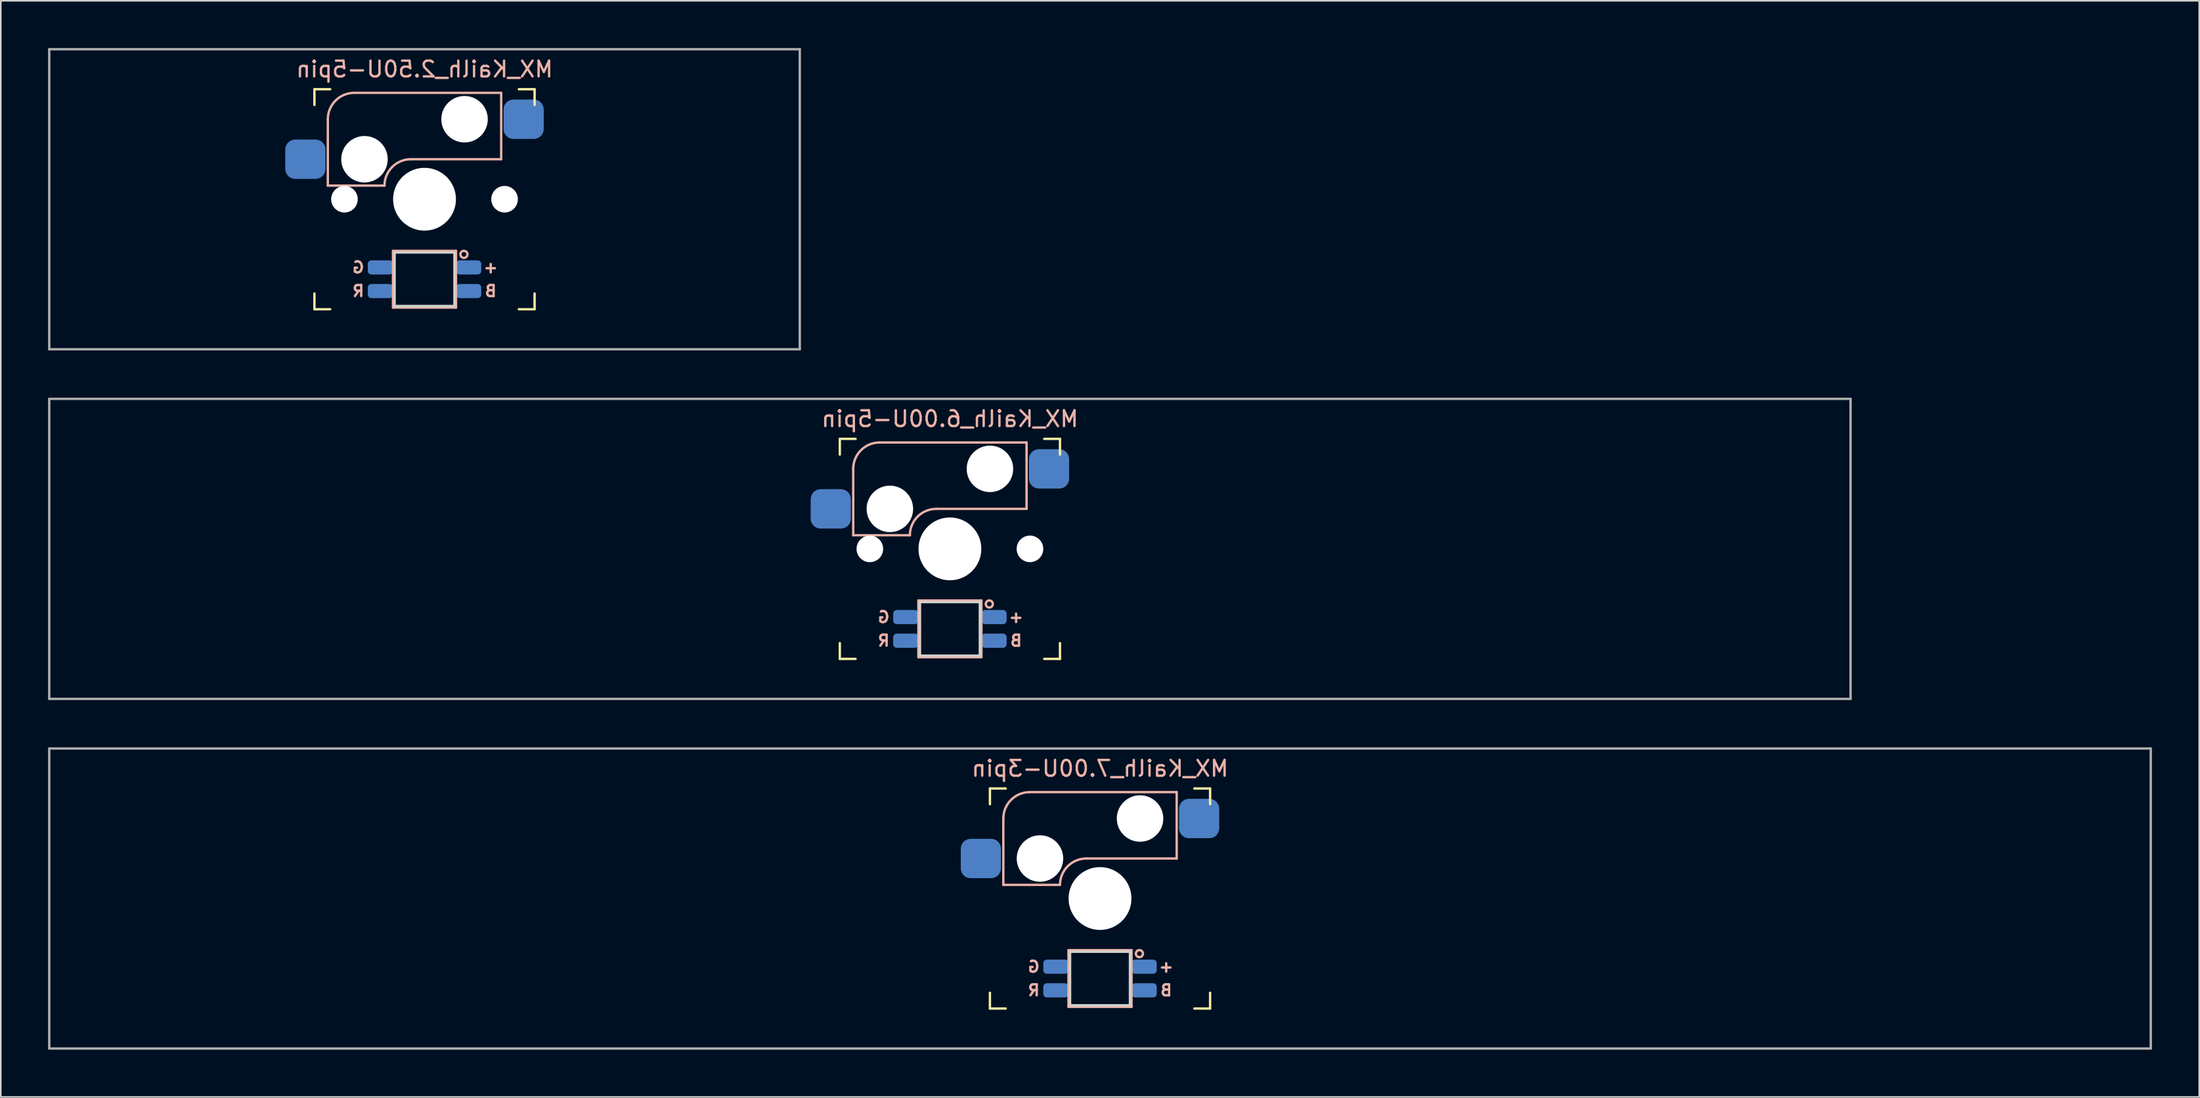
<source format=kicad_pcb>
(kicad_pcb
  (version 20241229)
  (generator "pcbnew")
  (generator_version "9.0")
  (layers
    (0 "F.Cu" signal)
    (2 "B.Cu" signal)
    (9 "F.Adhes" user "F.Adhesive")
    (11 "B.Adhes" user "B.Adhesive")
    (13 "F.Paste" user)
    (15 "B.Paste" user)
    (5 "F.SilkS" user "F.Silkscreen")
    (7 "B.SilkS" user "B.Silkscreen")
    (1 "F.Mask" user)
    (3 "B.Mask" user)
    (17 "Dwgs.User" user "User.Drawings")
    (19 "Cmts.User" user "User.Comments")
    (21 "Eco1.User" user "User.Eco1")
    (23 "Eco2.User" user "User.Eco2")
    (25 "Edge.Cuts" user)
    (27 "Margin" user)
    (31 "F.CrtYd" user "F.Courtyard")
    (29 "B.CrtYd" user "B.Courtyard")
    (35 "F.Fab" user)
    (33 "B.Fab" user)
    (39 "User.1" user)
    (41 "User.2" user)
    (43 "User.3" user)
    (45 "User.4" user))
  (footprint "MX_Kailh_7.00U-3pin"
    (layer "F.Cu")
    (at 66.75 54)
    (property "Reference" "MX_Kailh_7.00U-3pin" (at 0 -8.255 0) (layer "B.SilkS") (effects (font (size 1 1) (thickness 0.15)) (justify mirror)))
    (attr smd)
    (fp_line (start -6.985 -5.985) (end -6.985 -6.985) (stroke (width 0.15) (type solid)) (layer "F.SilkS"))
    (fp_line (start -6.985 6.985) (end -6.985 5.985) (stroke (width 0.15) (type solid)) (layer "F.SilkS"))
    (fp_line (start -6.985 6.985) (end -5.985 6.985) (stroke (width 0.15) (type solid)) (layer "F.SilkS"))
    (fp_line (start -5.985 -6.985) (end -6.985 -6.985) (stroke (width 0.15) (type solid)) (layer "F.SilkS"))
    (fp_line (start 5.985 6.985) (end 6.985 6.985) (stroke (width 0.15) (type solid)) (layer "F.SilkS"))
    (fp_line (start 6.985 -6.985) (end 5.985 -6.985) (stroke (width 0.15) (type solid)) (layer "F.SilkS"))
    (fp_line (start 6.985 -6.985) (end 6.985 -5.985) (stroke (width 0.15) (type solid)) (layer "F.SilkS"))
    (fp_line (start 6.985 5.985) (end 6.985 6.985) (stroke (width 0.15) (type solid)) (layer "F.SilkS"))
    (fp_line (start -6.135 -5.08) (end -6.135 -0.865) (stroke (width 0.15) (type solid)) (layer "B.SilkS"))
    (fp_line (start -6.135 -0.865) (end -2.54 -0.865) (stroke (width 0.15) (type solid)) (layer "B.SilkS"))
    (fp_line (start -4.46 -6.755) (end 4.865 -6.755) (stroke (width 0.15) (type solid)) (layer "B.SilkS"))
    (fp_line (start -2 3.28) (end -2 6.88) (stroke (width 0.15) (type solid)) (layer "B.SilkS"))
    (fp_line (start -2 6.88) (end 2 6.88) (stroke (width 0.15) (type solid)) (layer "B.SilkS"))
    (fp_line (start -0.865 -2.54) (end 4.865 -2.54) (stroke (width 0.15) (type solid)) (layer "B.SilkS"))
    (fp_line (start 2 3.28) (end -2 3.28) (stroke (width 0.15) (type solid)) (layer "B.SilkS"))
    (fp_line (start 2 6.88) (end 2 3.28) (stroke (width 0.15) (type solid)) (layer "B.SilkS"))
    (fp_line (start 4.865 -6.755) (end 4.865 -2.54) (stroke (width 0.15) (type solid)) (layer "B.SilkS"))
    (fp_arc (start -6.135 -5.08) (mid -5.644404 -6.264404) (end -4.46 -6.755) (stroke (width 0.15) (type solid)) (layer "B.SilkS"))
    (fp_arc (start -2.54 -0.865) (mid -2.049404 -2.049404) (end -0.865 -2.54) (stroke (width 0.15) (type solid)) (layer "B.SilkS"))
    (fp_circle (center 2.5 3.5) (end 2.724 3.5) (stroke (width 0.15) (type solid)) (fill no) (layer "B.SilkS"))
    (fp_line (start -6.985 6.985) (end -6.985 -6.985) (stroke (width 0.15) (type solid)) (layer "Eco2.User"))
    (fp_line (start -6.985 6.985) (end 6.985 6.985) (stroke (width 0.15) (type solid)) (layer "Eco2.User"))
    (fp_line (start 6.985 -6.985) (end -6.985 -6.985) (stroke (width 0.15) (type solid)) (layer "Eco2.User"))
    (fp_line (start 6.985 -6.985) (end 6.985 6.985) (stroke (width 0.15) (type solid)) (layer "Eco2.User"))
    (fp_line (start -1.9 3.38) (end -1.9 6.78) (stroke (width 0.15) (type solid)) (layer "Edge.Cuts"))
    (fp_line (start -1.9 3.38) (end 1.9 3.38) (stroke (width 0.15) (type solid)) (layer "Edge.Cuts"))
    (fp_line (start -1.9 6.78) (end 1.9 6.78) (stroke (width 0.15) (type solid)) (layer "Edge.Cuts"))
    (fp_line (start 1.9 3.38) (end 1.9 6.78) (stroke (width 0.15) (type solid)) (layer "Edge.Cuts"))
    (fp_line (start -66.675 -9.525) (end 66.675 -9.525) (stroke (width 0.15) (type solid)) (layer "F.Fab"))
    (fp_line (start -66.675 9.525) (end -66.675 -9.525) (stroke (width 0.15) (type solid)) (layer "F.Fab"))
    (fp_line (start 66.675 -9.525) (end 66.675 9.525) (stroke (width 0.15) (type solid)) (layer "F.Fab"))
    (fp_line (start 66.675 9.525) (end -66.675 9.525) (stroke (width 0.15) (type solid)) (layer "F.Fab"))
    (fp_text user "R" (at -4.2 5.83 0) (layer "B.SilkS") (effects (font (size 0.7 0.7) (thickness 0.15)) (justify mirror)))
    (fp_text user "G" (at -4.2 4.33 0) (layer "B.SilkS") (effects (font (size 0.7 0.7) (thickness 0.15)) (justify mirror)))
    (fp_text user "+" (at 4.2 4.33 0) (layer "B.SilkS") (effects (font (size 0.7 0.7) (thickness 0.15)) (justify mirror)))
    (fp_text user "B" (at 4.2 5.83 0) (layer "B.SilkS") (effects (font (size 0.7 0.7) (thickness 0.15)) (justify mirror)))
    (pad "" np_thru_hole circle (at -3.81 -2.54) (size 2.95 2.95) (drill 2.95) (layers "*.Cu" "*.Mask"))
    (pad "" np_thru_hole circle (at 0 0) (size 3.988 3.988) (drill 3.988) (layers "*.Cu" "*.Mask"))
    (pad "" np_thru_hole circle (at 2.54 -5.08) (size 2.95 2.95) (drill 2.95) (layers "*.Cu" "*.Mask"))
    (pad "1" smd roundrect (at 6.29 -5.08) (size 2.55 2.5) (layers "B.Cu" "B.Mask" "B.Paste") (roundrect_rratio 0.25))
    (pad "2" smd roundrect (at -7.56 -2.54) (size 2.55 2.5) (layers "B.Cu" "B.Mask" "B.Paste") (roundrect_rratio 0.25))
    (pad "3" smd roundrect (at 2.8 4.33) (size 1.6 0.9) (layers "B.Cu" "B.Mask" "B.Paste") (roundrect_rratio 0.25))
    (pad "4" smd roundrect (at -2.8 5.83) (size 1.6 0.9) (layers "B.Cu" "B.Mask" "B.Paste") (roundrect_rratio 0.25))
    (pad "5" smd roundrect (at -2.8 4.33) (size 1.6 0.9) (layers "B.Cu" "B.Mask" "B.Paste") (roundrect_rratio 0.25))
    (pad "6" smd roundrect (at 2.8 5.83) (size 1.6 0.9) (layers "B.Cu" "B.Mask" "B.Paste") (roundrect_rratio 0.25)))
  (footprint "MX_Kailh_6.00U-5pin"
    (layer "F.Cu")
    (at 57.225 31.8)
    (property "Reference" "MX_Kailh_6.00U-5pin" (at 0 -8.255 0) (layer "B.SilkS") (effects (font (size 1 1) (thickness 0.15)) (justify mirror)))
    (attr smd)
    (fp_line (start -6.985 -5.985) (end -6.985 -6.985) (stroke (width 0.15) (type solid)) (layer "F.SilkS"))
    (fp_line (start -6.985 6.985) (end -6.985 5.985) (stroke (width 0.15) (type solid)) (layer "F.SilkS"))
    (fp_line (start -6.985 6.985) (end -5.985 6.985) (stroke (width 0.15) (type solid)) (layer "F.SilkS"))
    (fp_line (start -5.985 -6.985) (end -6.985 -6.985) (stroke (width 0.15) (type solid)) (layer "F.SilkS"))
    (fp_line (start 5.985 6.985) (end 6.985 6.985) (stroke (width 0.15) (type solid)) (layer "F.SilkS"))
    (fp_line (start 6.985 -6.985) (end 5.985 -6.985) (stroke (width 0.15) (type solid)) (layer "F.SilkS"))
    (fp_line (start 6.985 -6.985) (end 6.985 -5.985) (stroke (width 0.15) (type solid)) (layer "F.SilkS"))
    (fp_line (start 6.985 5.985) (end 6.985 6.985) (stroke (width 0.15) (type solid)) (layer "F.SilkS"))
    (fp_line (start -6.135 -5.08) (end -6.135 -0.865) (stroke (width 0.15) (type solid)) (layer "B.SilkS"))
    (fp_line (start -6.135 -0.865) (end -2.54 -0.865) (stroke (width 0.15) (type solid)) (layer "B.SilkS"))
    (fp_line (start -4.46 -6.755) (end 4.865 -6.755) (stroke (width 0.15) (type solid)) (layer "B.SilkS"))
    (fp_line (start -2 3.28) (end -2 6.88) (stroke (width 0.15) (type solid)) (layer "B.SilkS"))
    (fp_line (start -2 6.88) (end 2 6.88) (stroke (width 0.15) (type solid)) (layer "B.SilkS"))
    (fp_line (start -0.865 -2.54) (end 4.865 -2.54) (stroke (width 0.15) (type solid)) (layer "B.SilkS"))
    (fp_line (start 2 3.28) (end -2 3.28) (stroke (width 0.15) (type solid)) (layer "B.SilkS"))
    (fp_line (start 2 6.88) (end 2 3.28) (stroke (width 0.15) (type solid)) (layer "B.SilkS"))
    (fp_line (start 4.865 -6.755) (end 4.865 -2.54) (stroke (width 0.15) (type solid)) (layer "B.SilkS"))
    (fp_arc (start -6.135 -5.08) (mid -5.644404 -6.264404) (end -4.46 -6.755) (stroke (width 0.15) (type solid)) (layer "B.SilkS"))
    (fp_arc (start -2.54 -0.865) (mid -2.049404 -2.049404) (end -0.865 -2.54) (stroke (width 0.15) (type solid)) (layer "B.SilkS"))
    (fp_circle (center 2.5 3.5) (end 2.724 3.5) (stroke (width 0.15) (type solid)) (fill no) (layer "B.SilkS"))
    (fp_line (start -6.985 6.985) (end -6.985 -6.985) (stroke (width 0.15) (type solid)) (layer "Eco2.User"))
    (fp_line (start -6.985 6.985) (end 6.985 6.985) (stroke (width 0.15) (type solid)) (layer "Eco2.User"))
    (fp_line (start 6.985 -6.985) (end -6.985 -6.985) (stroke (width 0.15) (type solid)) (layer "Eco2.User"))
    (fp_line (start 6.985 -6.985) (end 6.985 6.985) (stroke (width 0.15) (type solid)) (layer "Eco2.User"))
    (fp_line (start -1.9 3.38) (end -1.9 6.78) (stroke (width 0.15) (type solid)) (layer "Edge.Cuts"))
    (fp_line (start -1.9 3.38) (end 1.9 3.38) (stroke (width 0.15) (type solid)) (layer "Edge.Cuts"))
    (fp_line (start -1.9 6.78) (end 1.9 6.78) (stroke (width 0.15) (type solid)) (layer "Edge.Cuts"))
    (fp_line (start 1.9 3.38) (end 1.9 6.78) (stroke (width 0.15) (type solid)) (layer "Edge.Cuts"))
    (fp_line (start -57.15 -9.525) (end 57.15 -9.525) (stroke (width 0.15) (type solid)) (layer "F.Fab"))
    (fp_line (start -57.15 9.525) (end -57.15 -9.525) (stroke (width 0.15) (type solid)) (layer "F.Fab"))
    (fp_line (start 57.15 -9.525) (end 57.15 9.525) (stroke (width 0.15) (type solid)) (layer "F.Fab"))
    (fp_line (start 57.15 9.525) (end -57.15 9.525) (stroke (width 0.15) (type solid)) (layer "F.Fab"))
    (fp_text user "+" (at 4.2 4.33 0) (layer "B.SilkS") (effects (font (size 0.7 0.7) (thickness 0.15)) (justify mirror)))
    (fp_text user "B" (at 4.2 5.83 0) (layer "B.SilkS") (effects (font (size 0.7 0.7) (thickness 0.15)) (justify mirror)))
    (fp_text user "R" (at -4.2 5.83 0) (layer "B.SilkS") (effects (font (size 0.7 0.7) (thickness 0.15)) (justify mirror)))
    (fp_text user "G" (at -4.2 4.33 0) (layer "B.SilkS") (effects (font (size 0.7 0.7) (thickness 0.15)) (justify mirror)))
    (pad "" np_thru_hole circle (at -5.08 0) (size 1.688 1.688) (drill 1.688) (layers "*.Cu" "*.Mask"))
    (pad "" np_thru_hole circle (at -3.81 -2.54) (size 2.95 2.95) (drill 2.95) (layers "*.Cu" "*.Mask"))
    (pad "" np_thru_hole circle (at 0 0) (size 3.988 3.988) (drill 3.988) (layers "*.Cu" "*.Mask"))
    (pad "" np_thru_hole circle (at 2.54 -5.08) (size 2.95 2.95) (drill 2.95) (layers "*.Cu" "*.Mask"))
    (pad "" np_thru_hole circle (at 5.08 0) (size 1.688 1.688) (drill 1.688) (layers "*.Cu" "*.Mask"))
    (pad "1" smd roundrect (at 6.29 -5.08) (size 2.55 2.5) (layers "B.Cu" "B.Mask" "B.Paste") (roundrect_rratio 0.25))
    (pad "2" smd roundrect (at -7.56 -2.54) (size 2.55 2.5) (layers "B.Cu" "B.Mask" "B.Paste") (roundrect_rratio 0.25))
    (pad "3" smd roundrect (at 2.8 4.33) (size 1.6 0.9) (layers "B.Cu" "B.Mask" "B.Paste") (roundrect_rratio 0.25))
    (pad "4" smd roundrect (at -2.8 5.83) (size 1.6 0.9) (layers "B.Cu" "B.Mask" "B.Paste") (roundrect_rratio 0.25))
    (pad "5" smd roundrect (at -2.8 4.33) (size 1.6 0.9) (layers "B.Cu" "B.Mask" "B.Paste") (roundrect_rratio 0.25))
    (pad "6" smd roundrect (at 2.8 5.83) (size 1.6 0.9) (layers "B.Cu" "B.Mask" "B.Paste") (roundrect_rratio 0.25)))
  (footprint "MX_Kailh_2.50U-5pin"
    (layer "F.Cu")
    (at 23.887 9.6)
    (property "Reference" "MX_Kailh_2.50U-5pin" (at 0 -8.255 0) (layer "B.SilkS") (effects (font (size 1 1) (thickness 0.15)) (justify mirror)))
    (attr smd)
    (fp_line (start -6.985 -5.985) (end -6.985 -6.985) (stroke (width 0.15) (type solid)) (layer "F.SilkS"))
    (fp_line (start -6.985 6.985) (end -6.985 5.985) (stroke (width 0.15) (type solid)) (layer "F.SilkS"))
    (fp_line (start -6.985 6.985) (end -5.985 6.985) (stroke (width 0.15) (type solid)) (layer "F.SilkS"))
    (fp_line (start -5.985 -6.985) (end -6.985 -6.985) (stroke (width 0.15) (type solid)) (layer "F.SilkS"))
    (fp_line (start 5.985 6.985) (end 6.985 6.985) (stroke (width 0.15) (type solid)) (layer "F.SilkS"))
    (fp_line (start 6.985 -6.985) (end 5.985 -6.985) (stroke (width 0.15) (type solid)) (layer "F.SilkS"))
    (fp_line (start 6.985 -6.985) (end 6.985 -5.985) (stroke (width 0.15) (type solid)) (layer "F.SilkS"))
    (fp_line (start 6.985 5.985) (end 6.985 6.985) (stroke (width 0.15) (type solid)) (layer "F.SilkS"))
    (fp_line (start -6.135 -5.08) (end -6.135 -0.865) (stroke (width 0.15) (type solid)) (layer "B.SilkS"))
    (fp_line (start -6.135 -0.865) (end -2.54 -0.865) (stroke (width 0.15) (type solid)) (layer "B.SilkS"))
    (fp_line (start -4.46 -6.755) (end 4.865 -6.755) (stroke (width 0.15) (type solid)) (layer "B.SilkS"))
    (fp_line (start -2 3.28) (end -2 6.88) (stroke (width 0.15) (type solid)) (layer "B.SilkS"))
    (fp_line (start -2 6.88) (end 2 6.88) (stroke (width 0.15) (type solid)) (layer "B.SilkS"))
    (fp_line (start -0.865 -2.54) (end 4.865 -2.54) (stroke (width 0.15) (type solid)) (layer "B.SilkS"))
    (fp_line (start 2 3.28) (end -2 3.28) (stroke (width 0.15) (type solid)) (layer "B.SilkS"))
    (fp_line (start 2 6.88) (end 2 3.28) (stroke (width 0.15) (type solid)) (layer "B.SilkS"))
    (fp_line (start 4.865 -6.755) (end 4.865 -2.54) (stroke (width 0.15) (type solid)) (layer "B.SilkS"))
    (fp_arc (start -6.135 -5.08) (mid -5.644404 -6.264404) (end -4.46 -6.755) (stroke (width 0.15) (type solid)) (layer "B.SilkS"))
    (fp_arc (start -2.54 -0.865) (mid -2.049404 -2.049404) (end -0.865 -2.54) (stroke (width 0.15) (type solid)) (layer "B.SilkS"))
    (fp_circle (center 2.5 3.5) (end 2.724 3.5) (stroke (width 0.15) (type solid)) (fill no) (layer "B.SilkS"))
    (fp_line (start -6.985 6.985) (end -6.985 -6.985) (stroke (width 0.15) (type solid)) (layer "Eco2.User"))
    (fp_line (start -6.985 6.985) (end 6.985 6.985) (stroke (width 0.15) (type solid)) (layer "Eco2.User"))
    (fp_line (start 6.985 -6.985) (end -6.985 -6.985) (stroke (width 0.15) (type solid)) (layer "Eco2.User"))
    (fp_line (start 6.985 -6.985) (end 6.985 6.985) (stroke (width 0.15) (type solid)) (layer "Eco2.User"))
    (fp_line (start -1.9 3.38) (end -1.9 6.78) (stroke (width 0.15) (type solid)) (layer "Edge.Cuts"))
    (fp_line (start -1.9 3.38) (end 1.9 3.38) (stroke (width 0.15) (type solid)) (layer "Edge.Cuts"))
    (fp_line (start -1.9 6.78) (end 1.9 6.78) (stroke (width 0.15) (type solid)) (layer "Edge.Cuts"))
    (fp_line (start 1.9 3.38) (end 1.9 6.78) (stroke (width 0.15) (type solid)) (layer "Edge.Cuts"))
    (fp_line (start -23.812 -9.525) (end 23.812 -9.525) (stroke (width 0.15) (type solid)) (layer "F.Fab"))
    (fp_line (start -23.812 9.525) (end -23.812 -9.525) (stroke (width 0.15) (type solid)) (layer "F.Fab"))
    (fp_line (start 23.812 -9.525) (end 23.812 9.525) (stroke (width 0.15) (type solid)) (layer "F.Fab"))
    (fp_line (start 23.812 9.525) (end -23.812 9.525) (stroke (width 0.15) (type solid)) (layer "F.Fab"))
    (fp_text user "+" (at 4.2 4.33 0) (layer "B.SilkS") (effects (font (size 0.7 0.7) (thickness 0.15)) (justify mirror)))
    (fp_text user "G" (at -4.2 4.33 0) (layer "B.SilkS") (effects (font (size 0.7 0.7) (thickness 0.15)) (justify mirror)))
    (fp_text user "R" (at -4.2 5.83 0) (layer "B.SilkS") (effects (font (size 0.7 0.7) (thickness 0.15)) (justify mirror)))
    (fp_text user "B" (at 4.2 5.83 0) (layer "B.SilkS") (effects (font (size 0.7 0.7) (thickness 0.15)) (justify mirror)))
    (pad "" np_thru_hole circle (at -5.08 0) (size 1.688 1.688) (drill 1.688) (layers "*.Cu" "*.Mask"))
    (pad "" np_thru_hole circle (at -3.81 -2.54) (size 2.95 2.95) (drill 2.95) (layers "*.Cu" "*.Mask"))
    (pad "" np_thru_hole circle (at 0 0) (size 3.988 3.988) (drill 3.988) (layers "*.Cu" "*.Mask"))
    (pad "" np_thru_hole circle (at 2.54 -5.08) (size 2.95 2.95) (drill 2.95) (layers "*.Cu" "*.Mask"))
    (pad "" np_thru_hole circle (at 5.08 0) (size 1.688 1.688) (drill 1.688) (layers "*.Cu" "*.Mask"))
    (pad "1" smd roundrect (at 6.29 -5.08) (size 2.55 2.5) (layers "B.Cu" "B.Mask" "B.Paste") (roundrect_rratio 0.25))
    (pad "2" smd roundrect (at -7.56 -2.54) (size 2.55 2.5) (layers "B.Cu" "B.Mask" "B.Paste") (roundrect_rratio 0.25))
    (pad "3" smd roundrect (at 2.8 4.33) (size 1.6 0.9) (layers "B.Cu" "B.Mask" "B.Paste") (roundrect_rratio 0.25))
    (pad "4" smd roundrect (at -2.8 5.83) (size 1.6 0.9) (layers "B.Cu" "B.Mask" "B.Paste") (roundrect_rratio 0.25))
    (pad "5" smd roundrect (at -2.8 4.33) (size 1.6 0.9) (layers "B.Cu" "B.Mask" "B.Paste") (roundrect_rratio 0.25))
    (pad "6" smd roundrect (at 2.8 5.83) (size 1.6 0.9) (layers "B.Cu" "B.Mask" "B.Paste") (roundrect_rratio 0.25)))
  (gr_rect
    (start -3 -3)
    (end 136.5 66.6)
    (stroke (width 0.1) (type default))
    (fill no)
    (layer "Edge.Cuts")))
</source>
